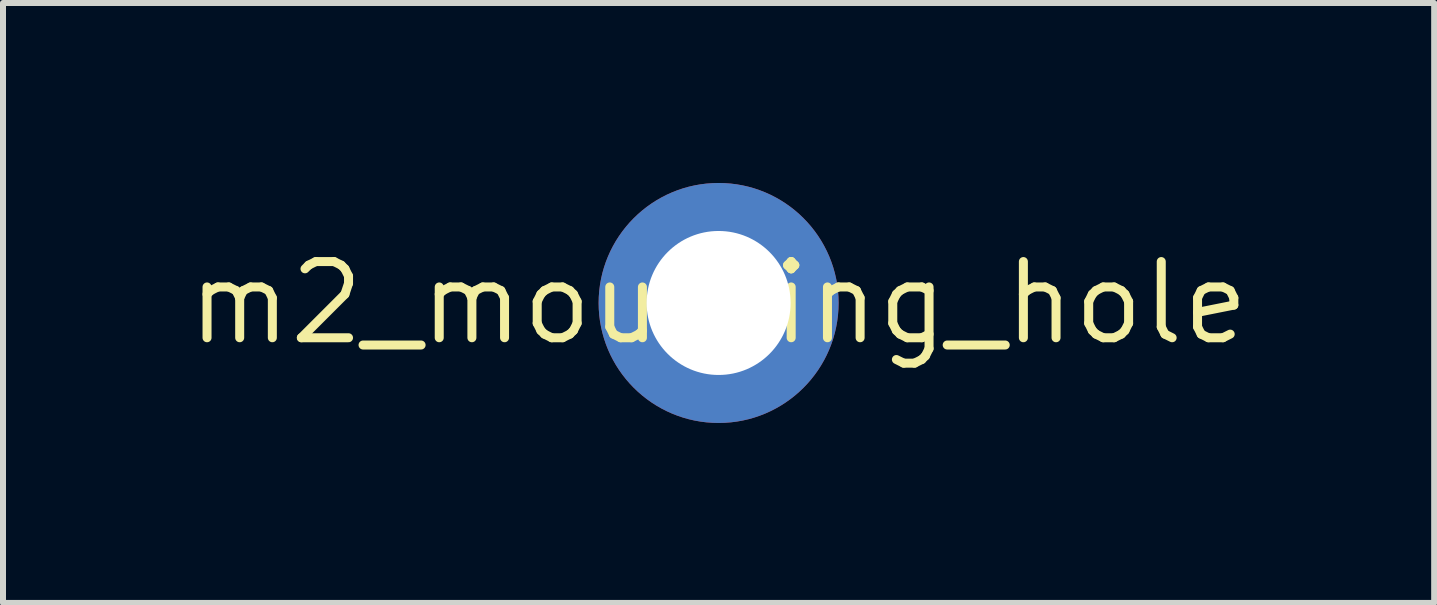
<source format=kicad_pcb>
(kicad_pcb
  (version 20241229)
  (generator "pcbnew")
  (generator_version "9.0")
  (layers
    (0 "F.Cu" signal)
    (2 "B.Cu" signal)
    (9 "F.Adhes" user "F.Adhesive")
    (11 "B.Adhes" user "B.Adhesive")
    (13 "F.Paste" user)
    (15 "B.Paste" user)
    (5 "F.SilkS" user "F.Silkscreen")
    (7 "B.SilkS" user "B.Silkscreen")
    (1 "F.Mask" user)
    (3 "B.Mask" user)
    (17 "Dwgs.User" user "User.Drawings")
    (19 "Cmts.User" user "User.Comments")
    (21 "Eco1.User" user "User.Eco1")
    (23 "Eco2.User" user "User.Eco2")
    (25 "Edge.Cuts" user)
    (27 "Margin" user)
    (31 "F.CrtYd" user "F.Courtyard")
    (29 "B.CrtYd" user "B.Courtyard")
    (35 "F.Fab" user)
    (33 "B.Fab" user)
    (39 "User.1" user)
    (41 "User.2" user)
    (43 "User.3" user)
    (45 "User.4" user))
  (footprint "m2_mounting_hole"
    (layer "F.Cu")
    (at 8.928 2)
    (property "Reference" "m2_mounting_hole" (at 0 0 0) (layer "F.SilkS") (effects (font (size 1.27 1.27) (thickness 0.15))))
    (pad "" thru_hole circle (at 0 0) (size 4 4) (drill 2.4) (layers "*.Cu" "*.Mask")))
  (gr_rect
    (start -3 -3)
    (end 20.855 7)
    (stroke (width 0.1) (type default))
    (fill no)
    (layer "Edge.Cuts")))
</source>
